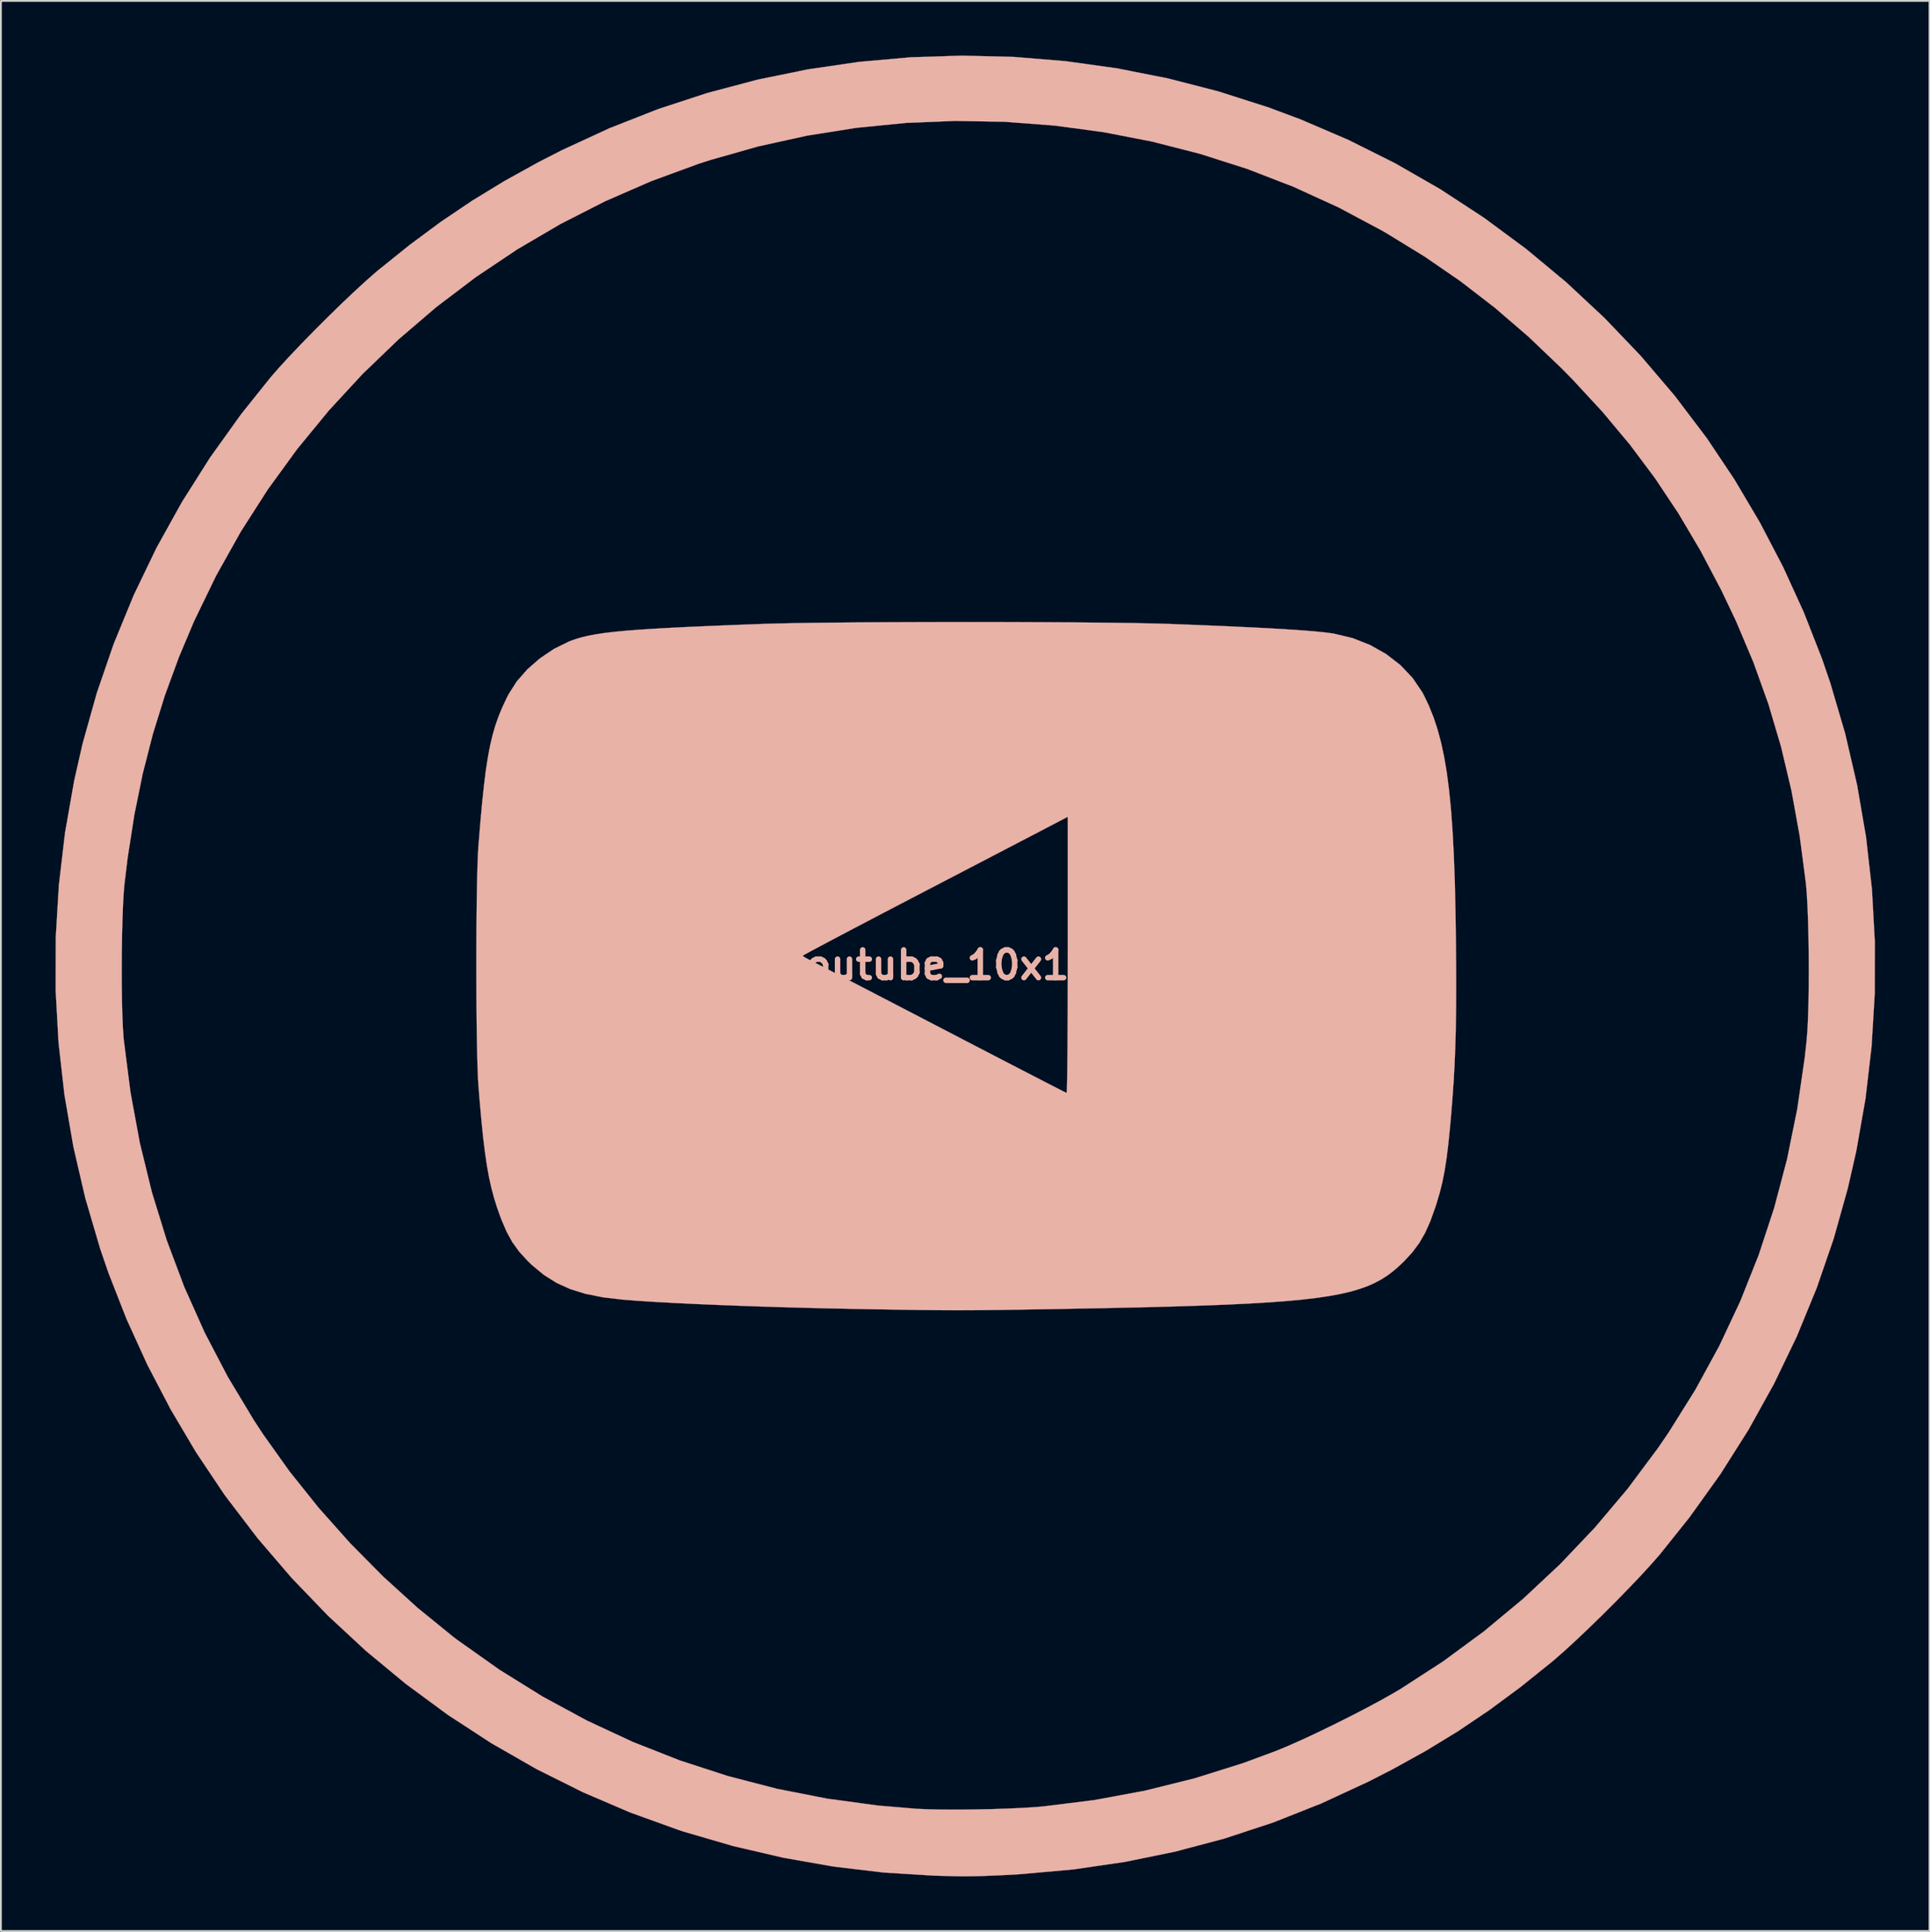
<source format=kicad_pcb>
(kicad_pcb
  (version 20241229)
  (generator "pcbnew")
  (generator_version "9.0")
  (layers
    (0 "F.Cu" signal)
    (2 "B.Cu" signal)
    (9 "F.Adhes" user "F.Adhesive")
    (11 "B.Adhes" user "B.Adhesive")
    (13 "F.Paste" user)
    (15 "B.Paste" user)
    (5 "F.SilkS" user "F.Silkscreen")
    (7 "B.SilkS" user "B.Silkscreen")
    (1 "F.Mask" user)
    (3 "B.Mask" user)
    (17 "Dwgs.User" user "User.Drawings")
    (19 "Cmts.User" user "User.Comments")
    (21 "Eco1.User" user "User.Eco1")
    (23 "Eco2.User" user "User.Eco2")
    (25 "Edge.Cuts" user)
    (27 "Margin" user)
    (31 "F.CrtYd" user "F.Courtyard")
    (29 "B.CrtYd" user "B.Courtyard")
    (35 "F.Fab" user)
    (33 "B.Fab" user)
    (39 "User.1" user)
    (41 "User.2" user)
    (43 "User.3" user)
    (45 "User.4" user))
  (footprint "youtube_10x10_B"
    (layer "F.Cu")
    (at 49.905 49.926)
    (property "Reference" "youtube_10x10_B" (at 0 0 0) (layer "B.SilkS") (effects (font (size 1.524 1.524) (thickness 0.3))))
    (attr through_hole)
    (fp_poly (pts (xy 1.735 -18.831) (xy 3.117 -18.827) (xy 4.462 -18.821) (xy 5.751 -18.814) (xy 6.969 -18.803) (xy 8.097 -18.791) (xy 9.118 -18.777) (xy 10.015 -18.76) (xy 10.771 -18.742) (xy 11.176 -18.729) (xy 12.792 -18.667) (xy 14.243 -18.607) (xy 15.535 -18.548) (xy 16.671 -18.491) (xy 17.658 -18.434) (xy 18.499 -18.377) (xy 19.2 -18.321) (xy 19.764 -18.265) (xy 20.199 -18.209) (xy 20.278 -18.196) (xy 21.305 -17.951) (xy 22.268 -17.573) (xy 23.15 -17.075) (xy 23.934 -16.469) (xy 24.602 -15.766) (xy 25.136 -14.979) (xy 25.22 -14.823) (xy 25.498 -14.239) (xy 25.748 -13.62) (xy 25.97 -12.953) (xy 26.165 -12.228) (xy 26.336 -11.434) (xy 26.484 -10.559) (xy 26.609 -9.593) (xy 26.715 -8.523) (xy 26.801 -7.341) (xy 26.869 -6.033) (xy 26.922 -4.59) (xy 26.959 -2.999) (xy 26.984 -1.27) (xy 26.995 0.128) (xy 26.997 1.383) (xy 26.991 2.519) (xy 26.975 3.562) (xy 26.948 4.538) (xy 26.909 5.472) (xy 26.858 6.389) (xy 26.794 7.314) (xy 26.716 8.274) (xy 26.665 8.848) (xy 26.571 9.783) (xy 26.473 10.584) (xy 26.365 11.283) (xy 26.239 11.915) (xy 26.09 12.514) (xy 25.912 13.113) (xy 25.866 13.254) (xy 25.587 14.036) (xy 25.298 14.687) (xy 24.977 15.246) (xy 24.602 15.752) (xy 24.15 16.244) (xy 24.136 16.258) (xy 23.844 16.537) (xy 23.548 16.793) (xy 23.238 17.027) (xy 22.907 17.242) (xy 22.546 17.437) (xy 22.149 17.615) (xy 21.706 17.775) (xy 21.21 17.92) (xy 20.654 18.05) (xy 20.029 18.166) (xy 19.326 18.27) (xy 18.539 18.362) (xy 17.66 18.444) (xy 16.679 18.517) (xy 15.591 18.581) (xy 14.385 18.639) (xy 13.056 18.69) (xy 11.593 18.736) (xy 9.991 18.779) (xy 8.24 18.818) (xy 6.333 18.856) (xy 4.995 18.881) (xy 3.861 18.9) (xy 2.865 18.917) (xy 1.98 18.93) (xy 1.181 18.939) (xy 0.44 18.945) (xy -0.269 18.947) (xy -0.974 18.946) (xy -1.699 18.941) (xy -2.473 18.933) (xy -3.321 18.921) (xy -4.271 18.905) (xy -5.348 18.886) (xy -6.011 18.874) (xy -7.56 18.842) (xy -9.094 18.804) (xy -10.596 18.76) (xy -12.048 18.712) (xy -13.435 18.66) (xy -14.738 18.605) (xy -15.94 18.547) (xy -17.024 18.487) (xy -17.973 18.426) (xy -18.754 18.365) (xy -19.847 18.237) (xy -20.804 18.047) (xy -21.647 17.785) (xy -22.402 17.442) (xy -23.092 17.007) (xy -23.741 16.472) (xy -24.003 16.218) (xy -24.456 15.72) (xy -24.824 15.209) (xy -25.139 14.637) (xy -25.431 13.952) (xy -25.467 13.858) (xy -25.657 13.326) (xy -25.824 12.795) (xy -25.971 12.247) (xy -26.102 11.661) (xy -26.218 11.019) (xy -26.324 10.3) (xy -26.424 9.485) (xy -26.519 8.555) (xy -26.615 7.489) (xy -26.687 6.604) (xy -26.713 6.168) (xy -26.736 5.584) (xy -26.755 4.872) (xy -26.771 4.054) (xy -26.784 3.151) (xy -26.793 2.182) (xy -26.798 1.17) (xy -26.8 0.135) (xy -26.799 -0.512) (xy -8.886 -0.512) (xy -8.815 -0.454) (xy -8.63 -0.347) (xy -8.372 -0.213) (xy -8.37 -0.212) (xy -8.219 -0.135) (xy -7.929 0.014) (xy -7.513 0.228) (xy -6.982 0.503) (xy -6.348 0.831) (xy -5.622 1.207) (xy -4.817 1.625) (xy -3.944 2.078) (xy -3.015 2.56) (xy -2.041 3.066) (xy -1.155 3.526) (xy -0.165 4.041) (xy 0.783 4.533) (xy 1.677 4.997) (xy 2.507 5.427) (xy 3.262 5.817) (xy 3.931 6.162) (xy 4.503 6.457) (xy 4.968 6.696) (xy 5.314 6.873) (xy 5.532 6.982) (xy 5.609 7.019) (xy 5.619 6.937) (xy 5.627 6.699) (xy 5.636 6.315) (xy 5.644 5.797) (xy 5.651 5.158) (xy 5.657 4.409) (xy 5.662 3.563) (xy 5.667 2.631) (xy 5.67 1.625) (xy 5.672 0.558) (xy 5.673 -0.557) (xy 5.673 -8.142) (xy 4.72 -7.643) (xy 4.497 -7.527) (xy 4.138 -7.339) (xy 3.654 -7.087) (xy 3.06 -6.778) (xy 2.369 -6.418) (xy 1.594 -6.014) (xy 0.749 -5.574) (xy -0.154 -5.104) (xy -1.101 -4.611) (xy -2.079 -4.102) (xy -2.561 -3.851) (xy -3.522 -3.35) (xy -4.438 -2.872) (xy -5.299 -2.421) (xy -6.094 -2.004) (xy -6.811 -1.627) (xy -7.44 -1.295) (xy -7.97 -1.013) (xy -8.389 -0.789) (xy -8.688 -0.627) (xy -8.854 -0.533) (xy -8.886 -0.512) (xy -26.799 -0.512) (xy -26.799 -0.902) (xy -26.794 -1.92) (xy -26.786 -2.898) (xy -26.774 -3.815) (xy -26.759 -4.65) (xy -26.74 -5.383) (xy -26.718 -5.992) (xy -26.692 -6.456) (xy -26.688 -6.519) (xy -26.586 -7.761) (xy -26.488 -8.85) (xy -26.388 -9.804) (xy -26.285 -10.64) (xy -26.173 -11.374) (xy -26.051 -12.025) (xy -25.914 -12.609) (xy -25.759 -13.143) (xy -25.584 -13.645) (xy -25.384 -14.13) (xy -25.156 -14.617) (xy -25.034 -14.859) (xy -24.587 -15.564) (xy -24.002 -16.233) (xy -23.308 -16.839) (xy -22.537 -17.357) (xy -21.718 -17.76) (xy -21.579 -17.814) (xy -21.294 -17.913) (xy -20.983 -18.002) (xy -20.635 -18.084) (xy -20.238 -18.158) (xy -19.782 -18.227) (xy -19.257 -18.29) (xy -18.65 -18.349) (xy -17.952 -18.404) (xy -17.151 -18.457) (xy -16.237 -18.509) (xy -15.198 -18.561) (xy -14.024 -18.612) (xy -12.703 -18.666) (xy -11.226 -18.721) (xy -11.049 -18.728) (xy -10.386 -18.748) (xy -9.571 -18.766) (xy -8.622 -18.782) (xy -7.556 -18.795) (xy -6.391 -18.807) (xy -5.142 -18.816) (xy -3.829 -18.823) (xy -2.467 -18.828) (xy -1.075 -18.831) (xy 0.332 -18.832) (xy 1.735 -18.831)) (stroke (width 0.01) (type solid)) (fill yes) (layer "B.SilkS"))
    (fp_poly (pts (xy 2.713 -49.851) (xy 5.546 -49.619) (xy 8.366 -49.227) (xy 11.168 -48.673) (xy 13.945 -47.958) (xy 16.688 -47.081) (xy 18.45 -46.424) (xy 21.086 -45.293) (xy 23.649 -44.012) (xy 26.132 -42.586) (xy 28.528 -41.019) (xy 30.832 -39.317) (xy 33.038 -37.484) (xy 35.137 -35.526) (xy 37.125 -33.448) (xy 38.994 -31.255) (xy 40.739 -28.952) (xy 40.766 -28.914) (xy 42.273 -26.661) (xy 43.671 -24.3) (xy 44.947 -21.856) (xy 46.088 -19.356) (xy 47.08 -16.825) (xy 47.538 -15.49) (xy 48.357 -12.705) (xy 49.011 -9.886) (xy 49.5 -7.04) (xy 49.825 -4.174) (xy 49.984 -1.294) (xy 49.978 1.591) (xy 49.806 4.476) (xy 49.469 7.352) (xy 48.965 10.214) (xy 48.506 12.231) (xy 47.729 15.007) (xy 46.792 17.727) (xy 45.7 20.384) (xy 44.452 22.976) (xy 43.053 25.499) (xy 41.503 27.948) (xy 39.804 30.319) (xy 38.185 32.343) (xy 37.711 32.886) (xy 37.136 33.513) (xy 36.483 34.199) (xy 35.781 34.918) (xy 35.053 35.645) (xy 34.326 36.354) (xy 33.626 37.019) (xy 32.978 37.615) (xy 32.407 38.116) (xy 32.258 38.242) (xy 30.531 39.629) (xy 28.83 40.887) (xy 27.115 42.044) (xy 25.344 43.125) (xy 23.476 44.158) (xy 22.183 44.82) (xy 19.59 46.02) (xy 16.963 47.06) (xy 14.294 47.94) (xy 11.576 48.663) (xy 8.802 49.23) (xy 5.966 49.643) (xy 3.061 49.903) (xy 2.201 49.95) (xy 1.515 49.982) (xy 0.947 50.003) (xy 0.447 50.015) (xy -0.035 50.018) (xy -0.548 50.012) (xy -1.141 49.997) (xy -1.693 49.981) (xy -4.431 49.813) (xy -7.191 49.484) (xy -9.954 48.998) (xy -12.701 48.358) (xy -15.413 47.568) (xy -15.663 47.486) (xy -18.342 46.521) (xy -20.958 45.4) (xy -23.504 44.13) (xy -25.973 42.715) (xy -28.36 41.16) (xy -30.656 39.471) (xy -32.856 37.652) (xy -34.953 35.707) (xy -36.939 33.643) (xy -38.808 31.465) (xy -40.554 29.176) (xy -40.681 28.998) (xy -42.188 26.746) (xy -43.586 24.385) (xy -44.863 21.941) (xy -46.003 19.44) (xy -46.995 16.91) (xy -47.453 15.574) (xy -48.272 12.79) (xy -48.926 9.971) (xy -49.416 7.125) (xy -49.74 4.258) (xy -49.9 1.379) (xy -49.897 0.144) (xy -46.272 0.144) (xy -46.269 1.052) (xy -46.258 1.92) (xy -46.238 2.717) (xy -46.209 3.412) (xy -46.171 3.977) (xy -46.159 4.106) (xy -45.792 6.976) (xy -45.277 9.764) (xy -44.614 12.473) (xy -43.8 15.108) (xy -42.836 17.672) (xy -41.719 20.169) (xy -40.448 22.602) (xy -39.021 24.975) (xy -38.521 25.739) (xy -37.065 27.784) (xy -35.465 29.785) (xy -33.745 31.717) (xy -31.926 33.556) (xy -30.031 35.279) (xy -28.083 36.862) (xy -27.835 37.05) (xy -25.535 38.678) (xy -23.16 40.154) (xy -20.715 41.477) (xy -18.201 42.646) (xy -15.623 43.66) (xy -12.985 44.517) (xy -10.289 45.216) (xy -7.539 45.756) (xy -4.739 46.136) (xy -2.648 46.312) (xy -2.013 46.34) (xy -1.248 46.356) (xy -0.391 46.359) (xy 0.52 46.351) (xy 1.447 46.332) (xy 2.351 46.302) (xy 3.194 46.264) (xy 3.937 46.217) (xy 4.318 46.184) (xy 7.13 45.834) (xy 9.896 45.322) (xy 12.619 44.646) (xy 15.299 43.806) (xy 17.109 43.136) (xy 17.77 42.862) (xy 18.543 42.519) (xy 19.392 42.122) (xy 20.283 41.69) (xy 21.182 41.24) (xy 22.054 40.789) (xy 22.864 40.354) (xy 23.58 39.951) (xy 23.94 39.738) (xy 26.28 38.223) (xy 28.527 36.57) (xy 30.671 34.788) (xy 32.707 32.884) (xy 34.624 30.866) (xy 36.417 28.741) (xy 38.076 26.516) (xy 38.665 25.654) (xy 40.132 23.309) (xy 41.443 20.908) (xy 42.6 18.446) (xy 43.606 15.92) (xy 44.46 13.325) (xy 45.166 10.654) (xy 45.725 7.905) (xy 46.138 5.072) (xy 46.243 4.106) (xy 46.285 3.562) (xy 46.318 2.878) (xy 46.341 2.087) (xy 46.354 1.218) (xy 46.359 0.302) (xy 46.354 -0.631) (xy 46.341 -1.55) (xy 46.319 -2.424) (xy 46.288 -3.224) (xy 46.249 -3.918) (xy 46.202 -4.477) (xy 46.201 -4.487) (xy 45.859 -7.088) (xy 45.407 -9.578) (xy 44.838 -11.979) (xy 44.146 -14.316) (xy 43.323 -16.61) (xy 42.363 -18.885) (xy 41.559 -20.574) (xy 40.413 -22.748) (xy 39.207 -24.787) (xy 37.921 -26.719) (xy 36.534 -28.573) (xy 35.026 -30.376) (xy 33.378 -32.157) (xy 32.772 -32.772) (xy 30.962 -34.499) (xy 29.126 -36.08) (xy 27.235 -37.538) (xy 25.257 -38.898) (xy 23.162 -40.182) (xy 22.945 -40.308) (xy 20.536 -41.592) (xy 18.058 -42.725) (xy 15.521 -43.705) (xy 12.931 -44.532) (xy 10.298 -45.205) (xy 7.631 -45.722) (xy 4.936 -46.084) (xy 2.223 -46.29) (xy -0.5 -46.338) (xy -3.225 -46.228) (xy -5.943 -45.958) (xy -8.646 -45.529) (xy -11.325 -44.939) (xy -13.973 -44.188) (xy -14.605 -43.983) (xy -17.211 -43.027) (xy -19.742 -41.923) (xy -22.192 -40.674) (xy -24.556 -39.287) (xy -26.829 -37.765) (xy -29.006 -36.115) (xy -31.08 -34.34) (xy -33.048 -32.447) (xy -34.902 -30.44) (xy -36.639 -28.325) (xy -38.253 -26.106) (xy -39.737 -23.788) (xy -41.088 -21.377) (xy -42.3 -18.877) (xy -43.123 -16.926) (xy -43.897 -14.82) (xy -44.559 -12.694) (xy -45.116 -10.52) (xy -45.575 -8.269) (xy -45.943 -5.915) (xy -46.117 -4.487) (xy -46.163 -3.963) (xy -46.201 -3.3) (xy -46.23 -2.527) (xy -46.252 -1.676) (xy -46.266 -0.776) (xy -46.272 0.144) (xy -49.897 0.144) (xy -49.894 -1.506) (xy -49.722 -4.391) (xy -49.384 -7.268) (xy -48.88 -10.13) (xy -48.422 -12.146) (xy -47.644 -14.923) (xy -46.708 -17.642) (xy -45.615 -20.3) (xy -44.368 -22.892) (xy -42.968 -25.414) (xy -41.418 -27.863) (xy -39.719 -30.235) (xy -38.101 -32.258) (xy -37.627 -32.801) (xy -37.051 -33.428) (xy -36.399 -34.114) (xy -35.696 -34.833) (xy -34.968 -35.56) (xy -34.242 -36.269) (xy -33.541 -36.934) (xy -32.893 -37.53) (xy -32.323 -38.032) (xy -32.173 -38.157) (xy -30.446 -39.544) (xy -28.746 -40.803) (xy -27.03 -41.959) (xy -25.259 -43.04) (xy -23.391 -44.073) (xy -22.098 -44.735) (xy -19.488 -45.939) (xy -16.825 -46.986) (xy -14.115 -47.873) (xy -11.366 -48.602) (xy -8.585 -49.171) (xy -5.78 -49.581) (xy -2.956 -49.831) (xy -0.123 -49.921) (xy 2.713 -49.851)) (stroke (width 0.01) (type solid)) (fill yes) (layer "B.SilkS")))
  (gr_rect
    (start -3 -3)
    (end 102.894 102.949)
    (stroke (width 0.1) (type default))
    (fill no)
    (layer "Edge.Cuts")))
</source>
